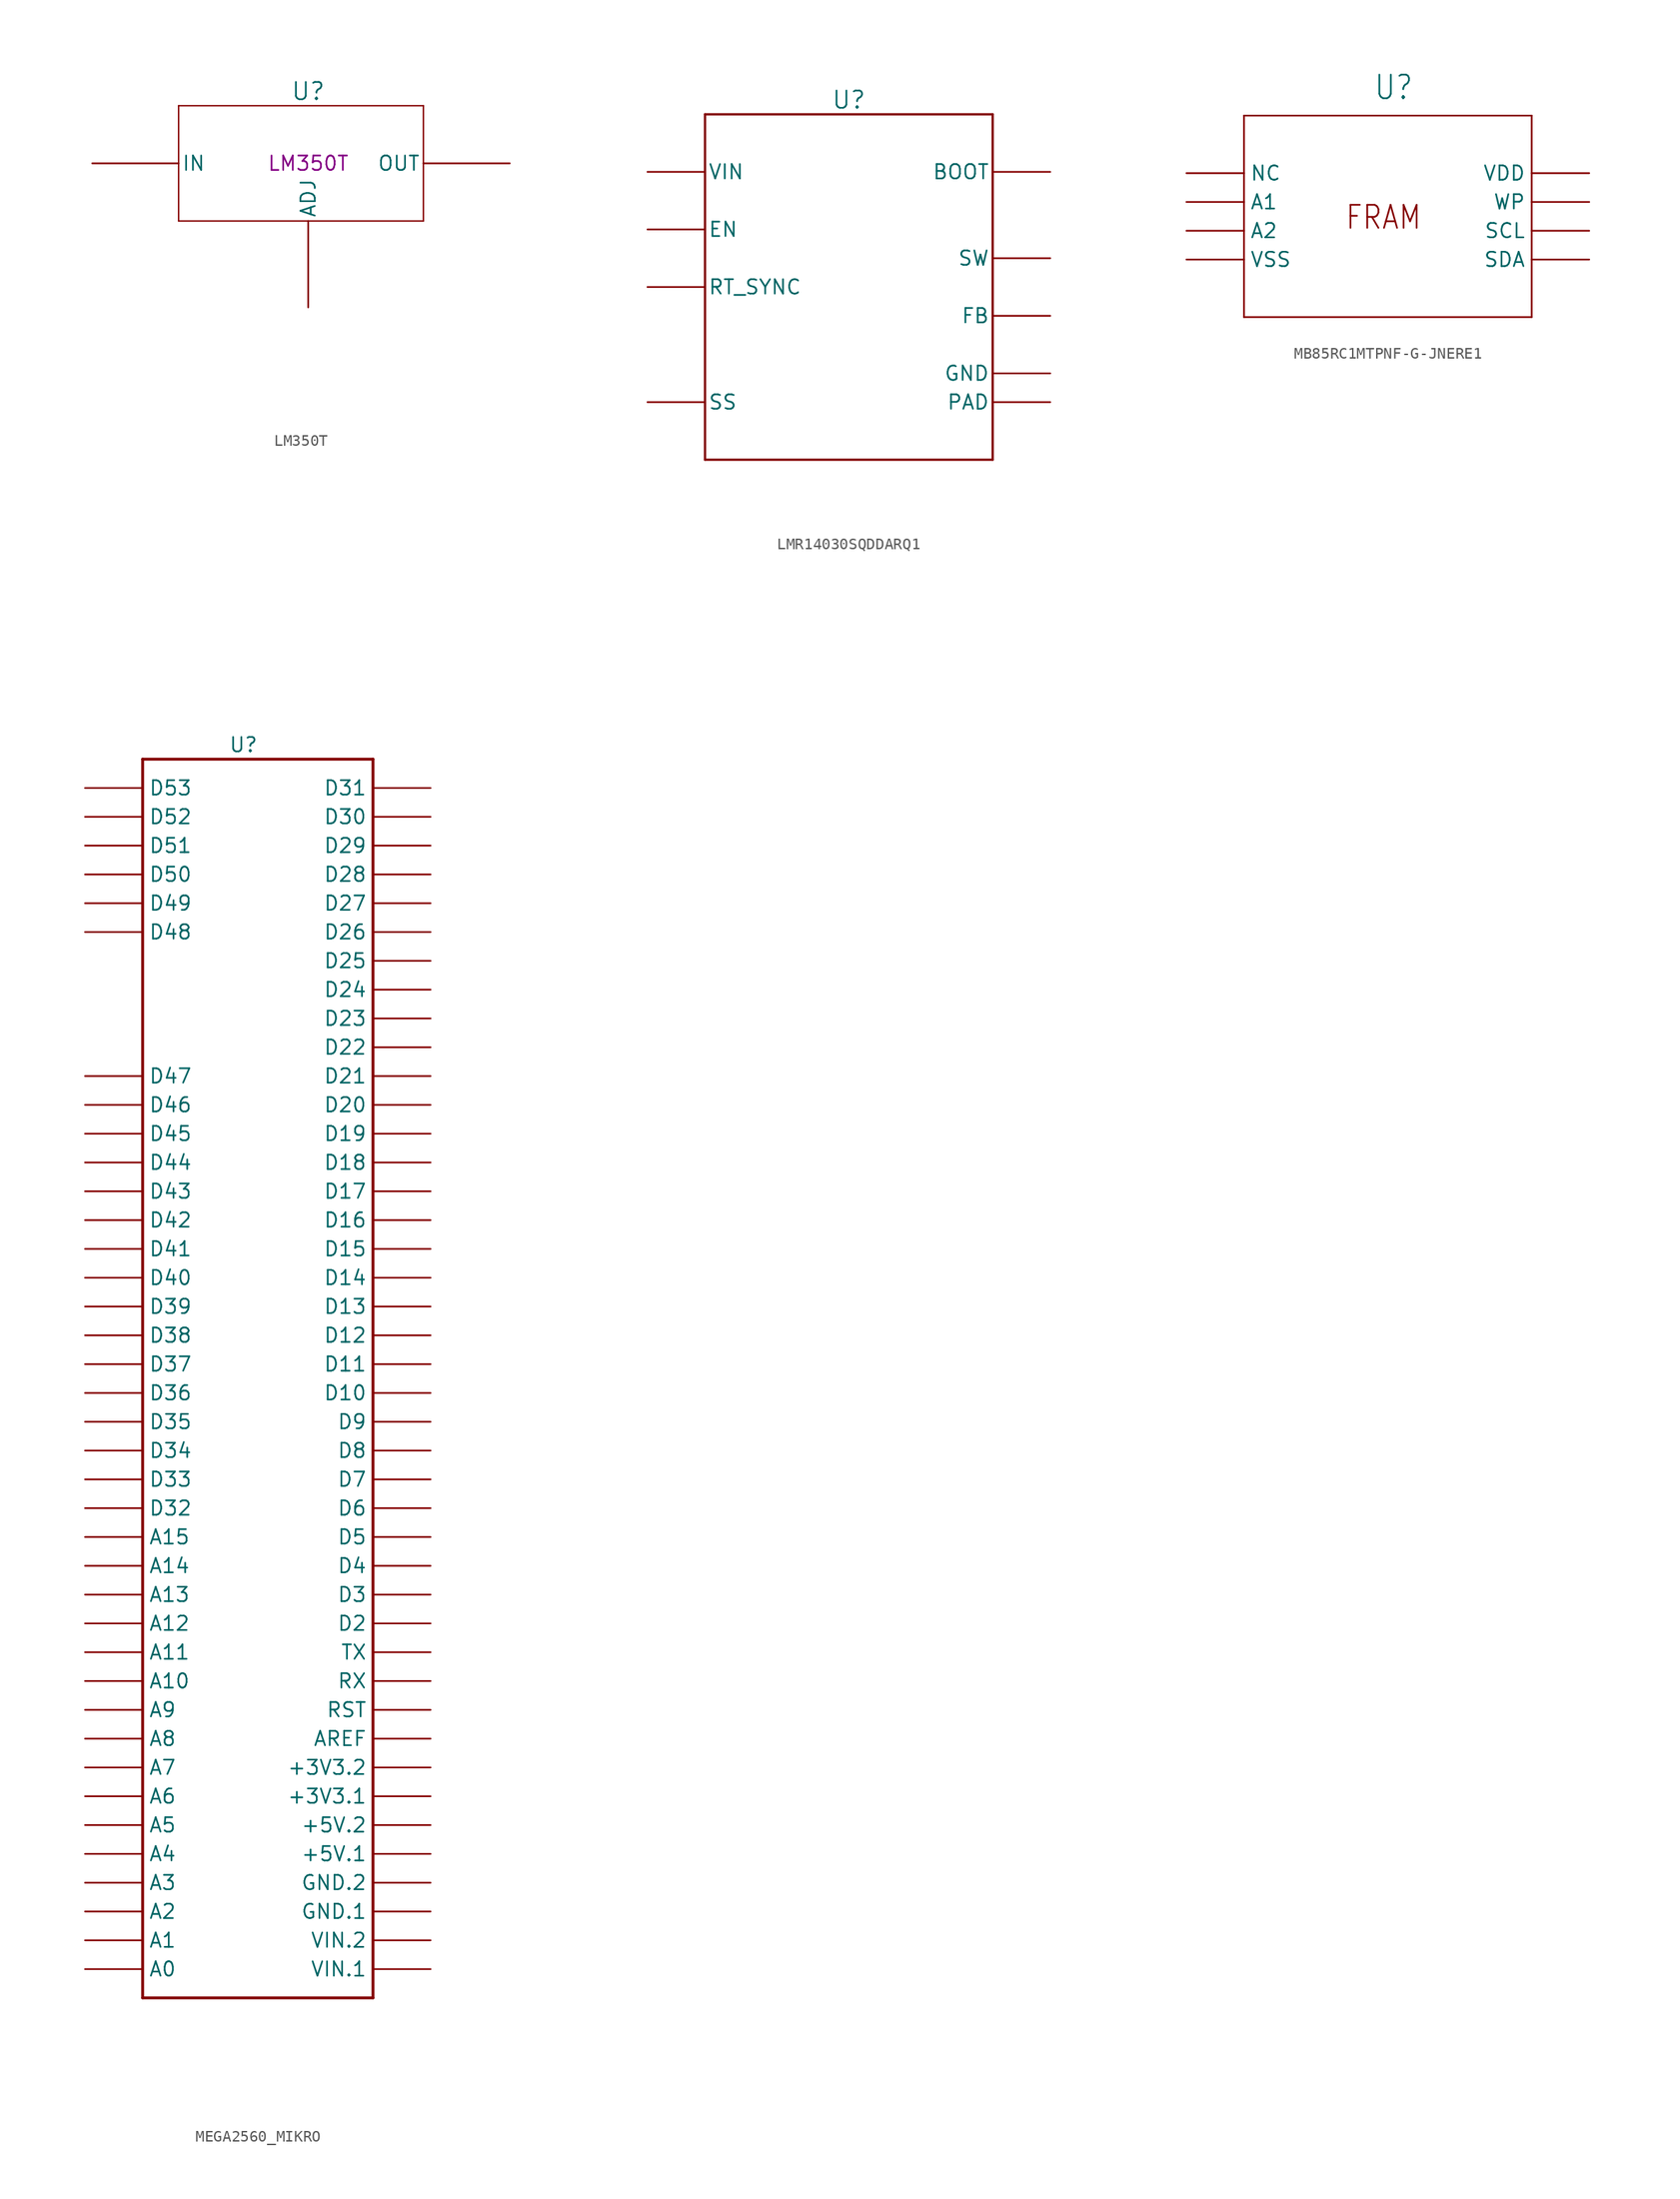
<source format=kicad_sym>
(kicad_symbol_lib
  (version 20220914)
  (generator kicad_symbol_editor)
  (symbol "LM350T"
    (pin_numbers hide)
    (pin_names
      (offset 0.254))
    (property "Reference" "U"
      (at 0 6.35 0)
      (effects (font (size 1.524 1.524))))
    (property "Value" ""
      (at 0 -20.32 0)
      (effects (font (size 1.524 1.524))))
    (property "Part Number" "LM350T"
      (at 0 0 0)
      (effects (font (size 1.27 1.27))))
    (symbol "LM350T_0_1"
      (polyline (pts (xy -11.43 -5.08) (xy 10.16 -5.08)) (stroke (width 0.127) (type default)) (fill (type none)))
      (polyline (pts (xy -11.43 5.08) (xy -11.43 -5.08)) (stroke (width 0.127) (type default)) (fill (type none)))
      (polyline (pts (xy 10.16 -5.08) (xy 10.16 5.08)) (stroke (width 0.127) (type default)) (fill (type none)))
      (polyline (pts (xy 10.16 5.08) (xy -11.43 5.08)) (stroke (width 0.127) (type default)) (fill (type none)))
      (pin passive line (at 0 -12.7 90) (length 7.62) (name "ADJ" (effects (font (size 1.27 1.27)))) (number "1" (effects (font (size 1.27 1.27)))))
      (pin passive line (at 17.78 0 180) (length 7.62) (name "OUT" (effects (font (size 1.27 1.27)))) (number "2" (effects (font (size 1.27 1.27)))))
      (pin passive line (at -19.05 0 0) (length 7.62) (name "IN" (effects (font (size 1.27 1.27)))) (number "3" (effects (font (size 1.27 1.27)))))))
  (symbol "LMR14030SQDDARQ1"
    (pin_numbers hide)
    (pin_names
      (offset 0.254))
    (property "Reference" "U"
      (at 0 16.51 0)
      (effects (font (size 1.524 1.524))))
    (property "Value" ""
      (at 0 -17.78 0)
      (effects (font (size 1.524 1.524))))
    (symbol "LMR14030SQDDARQ1_0_1"
      (polyline (pts (xy -12.7 -15.24) (xy 12.7 -15.24)) (stroke (width 0.203) (type default)) (fill (type none)))
      (polyline (pts (xy -12.7 15.24) (xy -12.7 -15.24)) (stroke (width 0.203) (type default)) (fill (type none)))
      (polyline (pts (xy 12.7 -15.24) (xy 12.7 15.24)) (stroke (width 0.203) (type default)) (fill (type none)))
      (polyline (pts (xy 12.7 15.24) (xy -12.7 15.24)) (stroke (width 0.203) (type default)) (fill (type none)))
      (pin passive line (at 17.78 10.16 180) (length 5.08) (name "BOOT" (effects (font (size 1.27 1.27)))) (number "1" (effects (font (size 1.27 1.27)))))
      (pin passive line (at -17.78 10.16 0) (length 5.08) (name "VIN" (effects (font (size 1.27 1.27)))) (number "2" (effects (font (size 1.27 1.27)))))
      (pin passive line (at -17.78 5.08 0) (length 5.08) (name "EN" (effects (font (size 1.27 1.27)))) (number "3" (effects (font (size 1.27 1.27)))))
      (pin passive line (at -17.78 0 0) (length 5.08) (name "RT_SYNC" (effects (font (size 1.27 1.27)))) (number "4" (effects (font (size 1.27 1.27)))))
      (pin passive line (at 17.78 -2.54 180) (length 5.08) (name "FB" (effects (font (size 1.27 1.27)))) (number "5" (effects (font (size 1.27 1.27)))))
      (pin passive line (at -17.78 -10.16 0) (length 5.08) (name "SS" (effects (font (size 1.27 1.27)))) (number "6" (effects (font (size 1.27 1.27)))))
      (pin passive line (at 17.78 -7.62 180) (length 5.08) (name "GND" (effects (font (size 1.27 1.27)))) (number "7" (effects (font (size 1.27 1.27)))))
      (pin passive line (at 17.78 2.54 180) (length 5.08) (name "SW" (effects (font (size 1.27 1.27)))) (number "8" (effects (font (size 1.27 1.27)))))
      (pin passive line (at 17.78 -10.16 180) (length 5.08) (name "PAD" (effects (font (size 1.27 1.27)))) (number "9" (effects (font (size 1.27 1.27)))))))
  (symbol "MB85RC1MTPNF-G-JNERE1"
    (pin_numbers hide)
    (property "Reference" "U"
      (at -1.27 8.89 0)
      (effects (font (size 2.083 1.77)) (justify left bottom)))
    (symbol "MB85RC1MTPNF-G-JNERE1_1_0"
      (polyline (pts (xy -12.7 -10.16) (xy 12.7 -10.16)) (stroke (width 0.152) (type solid)) (fill (type none)))
      (polyline (pts (xy -12.7 7.62) (xy -12.7 -10.16)) (stroke (width 0.152) (type solid)) (fill (type none)))
      (polyline (pts (xy 12.7 -10.16) (xy 12.7 7.62)) (stroke (width 0.152) (type solid)) (fill (type none)))
      (polyline (pts (xy 12.7 7.62) (xy -12.7 7.62)) (stroke (width 0.152) (type solid)) (fill (type none)))
      (text "FRAM" (at -3.81 -2.54 0) (effects (font (size 2.032 1.727)) (justify left bottom)))
      (pin passive line (at -17.78 2.54 0) (length 5.08) (name "NC" (effects (font (size 1.27 1.27)))) (number "1" (effects (font (size 1.27 1.27)))))
      (pin passive line (at -17.78 0 0) (length 5.08) (name "A1" (effects (font (size 1.27 1.27)))) (number "2" (effects (font (size 1.27 1.27)))))
      (pin passive line (at -17.78 -2.54 0) (length 5.08) (name "A2" (effects (font (size 1.27 1.27)))) (number "3" (effects (font (size 1.27 1.27)))))
      (pin passive line (at -17.78 -5.08 0) (length 5.08) (name "VSS" (effects (font (size 1.27 1.27)))) (number "4" (effects (font (size 1.27 1.27)))))
      (pin passive line (at 17.78 -5.08 180) (length 5.08) (name "SDA" (effects (font (size 1.27 1.27)))) (number "5" (effects (font (size 1.27 1.27)))))
      (pin passive line (at 17.78 -2.54 180) (length 5.08) (name "SCL" (effects (font (size 1.27 1.27)))) (number "6" (effects (font (size 1.27 1.27)))))
      (pin passive line (at 17.78 0 180) (length 5.08) (name "WP" (effects (font (size 1.27 1.27)))) (number "7" (effects (font (size 1.27 1.27)))))
      (pin passive line (at 17.78 2.54 180) (length 5.08) (name "VDD" (effects (font (size 1.27 1.27)))) (number "8" (effects (font (size 1.27 1.27)))))))
  (symbol "MEGA2560_MIKRO"
    (pin_numbers hide)
    (property "Reference" "U"
      (at 0 55.88 0)
      (effects (font (size 1.27 1.27))))
    (symbol "MEGA2560_MIKRO_1_0"
      (polyline (pts (xy -8.89 -54.61) (xy -8.89 54.61)) (stroke (width 0.254) (type solid)) (fill (type none)))
      (polyline (pts (xy -8.89 54.61) (xy 11.43 54.61)) (stroke (width 0.254) (type solid)) (fill (type none)))
      (polyline (pts (xy 11.43 -54.61) (xy -8.89 -54.61)) (stroke (width 0.254) (type solid)) (fill (type none)))
      (polyline (pts (xy 11.43 54.61) (xy 11.43 -54.61)) (stroke (width 0.254) (type solid)) (fill (type none)))
      (pin bidirectional line (at 16.51 -41.91 180) (length 5.08) (name "+5V.1" (effects (font (size 1.27 1.27)))) (number "+5V.1" (effects (font (size 1.27 1.27)))))
      (pin bidirectional line (at 16.51 -39.37 180) (length 5.08) (name "+5V.2" (effects (font (size 1.27 1.27)))) (number "+5V.2" (effects (font (size 1.27 1.27)))))
      (pin bidirectional line (at 16.51 -36.83 180) (length 5.08) (name "+3V3.1" (effects (font (size 1.27 1.27)))) (number "3V3.1" (effects (font (size 1.27 1.27)))))
      (pin bidirectional line (at 16.51 -34.29 180) (length 5.08) (name "+3V3.2" (effects (font (size 1.27 1.27)))) (number "3V3.2" (effects (font (size 1.27 1.27)))))
      (pin bidirectional line (at -13.97 -52.07 0) (length 5.08) (name "A0" (effects (font (size 1.27 1.27)))) (number "A0" (effects (font (size 1.27 1.27)))))
      (pin bidirectional line (at -13.97 -49.53 0) (length 5.08) (name "A1" (effects (font (size 1.27 1.27)))) (number "A1" (effects (font (size 1.27 1.27)))))
      (pin bidirectional line (at -13.97 -26.67 0) (length 5.08) (name "A10" (effects (font (size 1.27 1.27)))) (number "A10" (effects (font (size 1.27 1.27)))))
      (pin bidirectional line (at -13.97 -24.13 0) (length 5.08) (name "A11" (effects (font (size 1.27 1.27)))) (number "A11" (effects (font (size 1.27 1.27)))))
      (pin bidirectional line (at -13.97 -21.59 0) (length 5.08) (name "A12" (effects (font (size 1.27 1.27)))) (number "A12" (effects (font (size 1.27 1.27)))))
      (pin bidirectional line (at -13.97 -19.05 0) (length 5.08) (name "A13" (effects (font (size 1.27 1.27)))) (number "A13" (effects (font (size 1.27 1.27)))))
      (pin bidirectional line (at -13.97 -16.51 0) (length 5.08) (name "A14" (effects (font (size 1.27 1.27)))) (number "A14" (effects (font (size 1.27 1.27)))))
      (pin bidirectional line (at -13.97 -13.97 0) (length 5.08) (name "A15" (effects (font (size 1.27 1.27)))) (number "A15" (effects (font (size 1.27 1.27)))))
      (pin bidirectional line (at -13.97 -46.99 0) (length 5.08) (name "A2" (effects (font (size 1.27 1.27)))) (number "A2" (effects (font (size 1.27 1.27)))))
      (pin bidirectional line (at -13.97 -44.45 0) (length 5.08) (name "A3" (effects (font (size 1.27 1.27)))) (number "A3" (effects (font (size 1.27 1.27)))))
      (pin bidirectional line (at -13.97 -41.91 0) (length 5.08) (name "A4" (effects (font (size 1.27 1.27)))) (number "A4" (effects (font (size 1.27 1.27)))))
      (pin bidirectional line (at -13.97 -39.37 0) (length 5.08) (name "A5" (effects (font (size 1.27 1.27)))) (number "A5" (effects (font (size 1.27 1.27)))))
      (pin bidirectional line (at -13.97 -36.83 0) (length 5.08) (name "A6" (effects (font (size 1.27 1.27)))) (number "A6" (effects (font (size 1.27 1.27)))))
      (pin bidirectional line (at -13.97 -34.29 0) (length 5.08) (name "A7" (effects (font (size 1.27 1.27)))) (number "A7" (effects (font (size 1.27 1.27)))))
      (pin bidirectional line (at -13.97 -31.75 0) (length 5.08) (name "A8" (effects (font (size 1.27 1.27)))) (number "A8" (effects (font (size 1.27 1.27)))))
      (pin bidirectional line (at -13.97 -29.21 0) (length 5.08) (name "A9" (effects (font (size 1.27 1.27)))) (number "A9" (effects (font (size 1.27 1.27)))))
      (pin bidirectional line (at 16.51 -31.75 180) (length 5.08) (name "AREF" (effects (font (size 1.27 1.27)))) (number "AREF.1" (effects (font (size 1.27 1.27)))))
      (pin bidirectional line (at 16.51 -1.27 180) (length 5.08) (name "D10" (effects (font (size 1.27 1.27)))) (number "D10" (effects (font (size 1.27 1.27)))))
      (pin bidirectional line (at 16.51 1.27 180) (length 5.08) (name "D11" (effects (font (size 1.27 1.27)))) (number "D11" (effects (font (size 1.27 1.27)))))
      (pin bidirectional line (at 16.51 3.81 180) (length 5.08) (name "D12" (effects (font (size 1.27 1.27)))) (number "D12" (effects (font (size 1.27 1.27)))))
      (pin bidirectional line (at 16.51 6.35 180) (length 5.08) (name "D13" (effects (font (size 1.27 1.27)))) (number "D13" (effects (font (size 1.27 1.27)))))
      (pin bidirectional line (at 16.51 8.89 180) (length 5.08) (name "D14" (effects (font (size 1.27 1.27)))) (number "D14" (effects (font (size 1.27 1.27)))))
      (pin bidirectional line (at 16.51 11.43 180) (length 5.08) (name "D15" (effects (font (size 1.27 1.27)))) (number "D15" (effects (font (size 1.27 1.27)))))
      (pin bidirectional line (at 16.51 13.97 180) (length 5.08) (name "D16" (effects (font (size 1.27 1.27)))) (number "D16" (effects (font (size 1.27 1.27)))))
      (pin bidirectional line (at 16.51 16.51 180) (length 5.08) (name "D17" (effects (font (size 1.27 1.27)))) (number "D17" (effects (font (size 1.27 1.27)))))
      (pin bidirectional line (at 16.51 19.05 180) (length 5.08) (name "D18" (effects (font (size 1.27 1.27)))) (number "D18" (effects (font (size 1.27 1.27)))))
      (pin bidirectional line (at 16.51 21.59 180) (length 5.08) (name "D19" (effects (font (size 1.27 1.27)))) (number "D19" (effects (font (size 1.27 1.27)))))
      (pin bidirectional line (at 16.51 -21.59 180) (length 5.08) (name "D2" (effects (font (size 1.27 1.27)))) (number "D2" (effects (font (size 1.27 1.27)))))
      (pin bidirectional line (at 16.51 24.13 180) (length 5.08) (name "D20" (effects (font (size 1.27 1.27)))) (number "D20" (effects (font (size 1.27 1.27)))))
      (pin bidirectional line (at 16.51 26.67 180) (length 5.08) (name "D21" (effects (font (size 1.27 1.27)))) (number "D21" (effects (font (size 1.27 1.27)))))
      (pin bidirectional line (at 16.51 29.21 180) (length 5.08) (name "D22" (effects (font (size 1.27 1.27)))) (number "D22" (effects (font (size 1.27 1.27)))))
      (pin bidirectional line (at 16.51 31.75 180) (length 5.08) (name "D23" (effects (font (size 1.27 1.27)))) (number "D23" (effects (font (size 1.27 1.27)))))
      (pin bidirectional line (at 16.51 34.29 180) (length 5.08) (name "D24" (effects (font (size 1.27 1.27)))) (number "D24" (effects (font (size 1.27 1.27)))))
      (pin bidirectional line (at 16.51 36.83 180) (length 5.08) (name "D25" (effects (font (size 1.27 1.27)))) (number "D25" (effects (font (size 1.27 1.27)))))
      (pin bidirectional line (at 16.51 39.37 180) (length 5.08) (name "D26" (effects (font (size 1.27 1.27)))) (number "D26" (effects (font (size 1.27 1.27)))))
      (pin bidirectional line (at 16.51 41.91 180) (length 5.08) (name "D27" (effects (font (size 1.27 1.27)))) (number "D27" (effects (font (size 1.27 1.27)))))
      (pin bidirectional line (at 16.51 44.45 180) (length 5.08) (name "D28" (effects (font (size 1.27 1.27)))) (number "D28" (effects (font (size 1.27 1.27)))))
      (pin bidirectional line (at 16.51 46.99 180) (length 5.08) (name "D29" (effects (font (size 1.27 1.27)))) (number "D29" (effects (font (size 1.27 1.27)))))
      (pin bidirectional line (at 16.51 -19.05 180) (length 5.08) (name "D3" (effects (font (size 1.27 1.27)))) (number "D3" (effects (font (size 1.27 1.27)))))
      (pin bidirectional line (at 16.51 49.53 180) (length 5.08) (name "D30" (effects (font (size 1.27 1.27)))) (number "D30" (effects (font (size 1.27 1.27)))))
      (pin bidirectional line (at 16.51 52.07 180) (length 5.08) (name "D31" (effects (font (size 1.27 1.27)))) (number "D31" (effects (font (size 1.27 1.27)))))
      (pin bidirectional line (at -13.97 -11.43 0) (length 5.08) (name "D32" (effects (font (size 1.27 1.27)))) (number "D32" (effects (font (size 1.27 1.27)))))
      (pin bidirectional line (at -13.97 -8.89 0) (length 5.08) (name "D33" (effects (font (size 1.27 1.27)))) (number "D33" (effects (font (size 1.27 1.27)))))
      (pin bidirectional line (at -13.97 -6.35 0) (length 5.08) (name "D34" (effects (font (size 1.27 1.27)))) (number "D34" (effects (font (size 1.27 1.27)))))
      (pin bidirectional line (at -13.97 -3.81 0) (length 5.08) (name "D35" (effects (font (size 1.27 1.27)))) (number "D35" (effects (font (size 1.27 1.27)))))
      (pin bidirectional line (at -13.97 -1.27 0) (length 5.08) (name "D36" (effects (font (size 1.27 1.27)))) (number "D36" (effects (font (size 1.27 1.27)))))
      (pin bidirectional line (at -13.97 1.27 0) (length 5.08) (name "D37" (effects (font (size 1.27 1.27)))) (number "D37" (effects (font (size 1.27 1.27)))))
      (pin bidirectional line (at -13.97 3.81 0) (length 5.08) (name "D38" (effects (font (size 1.27 1.27)))) (number "D38" (effects (font (size 1.27 1.27)))))
      (pin bidirectional line (at -13.97 6.35 0) (length 5.08) (name "D39" (effects (font (size 1.27 1.27)))) (number "D39" (effects (font (size 1.27 1.27)))))
      (pin bidirectional line (at 16.51 -16.51 180) (length 5.08) (name "D4" (effects (font (size 1.27 1.27)))) (number "D4" (effects (font (size 1.27 1.27)))))
      (pin bidirectional line (at -13.97 8.89 0) (length 5.08) (name "D40" (effects (font (size 1.27 1.27)))) (number "D40" (effects (font (size 1.27 1.27)))))
      (pin bidirectional line (at -13.97 11.43 0) (length 5.08) (name "D41" (effects (font (size 1.27 1.27)))) (number "D41" (effects (font (size 1.27 1.27)))))
      (pin bidirectional line (at -13.97 13.97 0) (length 5.08) (name "D42" (effects (font (size 1.27 1.27)))) (number "D42" (effects (font (size 1.27 1.27)))))
      (pin bidirectional line (at -13.97 16.51 0) (length 5.08) (name "D43" (effects (font (size 1.27 1.27)))) (number "D43" (effects (font (size 1.27 1.27)))))
      (pin bidirectional line (at -13.97 19.05 0) (length 5.08) (name "D44" (effects (font (size 1.27 1.27)))) (number "D44" (effects (font (size 1.27 1.27)))))
      (pin bidirectional line (at -13.97 21.59 0) (length 5.08) (name "D45" (effects (font (size 1.27 1.27)))) (number "D45" (effects (font (size 1.27 1.27)))))
      (pin bidirectional line (at -13.97 24.13 0) (length 5.08) (name "D46" (effects (font (size 1.27 1.27)))) (number "D46" (effects (font (size 1.27 1.27)))))
      (pin bidirectional line (at -13.97 26.67 0) (length 5.08) (name "D47" (effects (font (size 1.27 1.27)))) (number "D47" (effects (font (size 1.27 1.27)))))
      (pin bidirectional line (at -13.97 39.37 0) (length 5.08) (name "D48" (effects (font (size 1.27 1.27)))) (number "D48" (effects (font (size 1.27 1.27)))))
      (pin bidirectional line (at -13.97 41.91 0) (length 5.08) (name "D49" (effects (font (size 1.27 1.27)))) (number "D49" (effects (font (size 1.27 1.27)))))
      (pin bidirectional line (at 16.51 -13.97 180) (length 5.08) (name "D5" (effects (font (size 1.27 1.27)))) (number "D5" (effects (font (size 1.27 1.27)))))
      (pin bidirectional line (at -13.97 44.45 0) (length 5.08) (name "D50" (effects (font (size 1.27 1.27)))) (number "D50" (effects (font (size 1.27 1.27)))))
      (pin bidirectional line (at -13.97 46.99 0) (length 5.08) (name "D51" (effects (font (size 1.27 1.27)))) (number "D51" (effects (font (size 1.27 1.27)))))
      (pin bidirectional line (at -13.97 49.53 0) (length 5.08) (name "D52" (effects (font (size 1.27 1.27)))) (number "D52" (effects (font (size 1.27 1.27)))))
      (pin bidirectional line (at -13.97 52.07 0) (length 5.08) (name "D53" (effects (font (size 1.27 1.27)))) (number "D53" (effects (font (size 1.27 1.27)))))
      (pin bidirectional line (at 16.51 -11.43 180) (length 5.08) (name "D6" (effects (font (size 1.27 1.27)))) (number "D6" (effects (font (size 1.27 1.27)))))
      (pin bidirectional line (at 16.51 -8.89 180) (length 5.08) (name "D7" (effects (font (size 1.27 1.27)))) (number "D7" (effects (font (size 1.27 1.27)))))
      (pin bidirectional line (at 16.51 -6.35 180) (length 5.08) (name "D8" (effects (font (size 1.27 1.27)))) (number "D8" (effects (font (size 1.27 1.27)))))
      (pin bidirectional line (at 16.51 -3.81 180) (length 5.08) (name "D9" (effects (font (size 1.27 1.27)))) (number "D9" (effects (font (size 1.27 1.27)))))
      (pin bidirectional line (at 16.51 -46.99 180) (length 5.08) (name "GND.1" (effects (font (size 1.27 1.27)))) (number "GND.1" (effects (font (size 1.27 1.27)))))
      (pin bidirectional line (at 16.51 -44.45 180) (length 5.08) (name "GND.2" (effects (font (size 1.27 1.27)))) (number "GND.2" (effects (font (size 1.27 1.27)))))
      (pin bidirectional line (at 16.51 -29.21 180) (length 5.08) (name "RST" (effects (font (size 1.27 1.27)))) (number "RST" (effects (font (size 1.27 1.27)))))
      (pin bidirectional line (at 16.51 -26.67 180) (length 5.08) (name "RX" (effects (font (size 1.27 1.27)))) (number "RX" (effects (font (size 1.27 1.27)))))
      (pin bidirectional line (at 16.51 -24.13 180) (length 5.08) (name "TX" (effects (font (size 1.27 1.27)))) (number "TX" (effects (font (size 1.27 1.27)))))
      (pin bidirectional line (at 16.51 -52.07 180) (length 5.08) (name "VIN.1" (effects (font (size 1.27 1.27)))) (number "VIN.1" (effects (font (size 1.27 1.27)))))
      (pin bidirectional line (at 16.51 -49.53 180) (length 5.08) (name "VIN.2" (effects (font (size 1.27 1.27)))) (number "VIN.2" (effects (font (size 1.27 1.27))))))))
</source>
